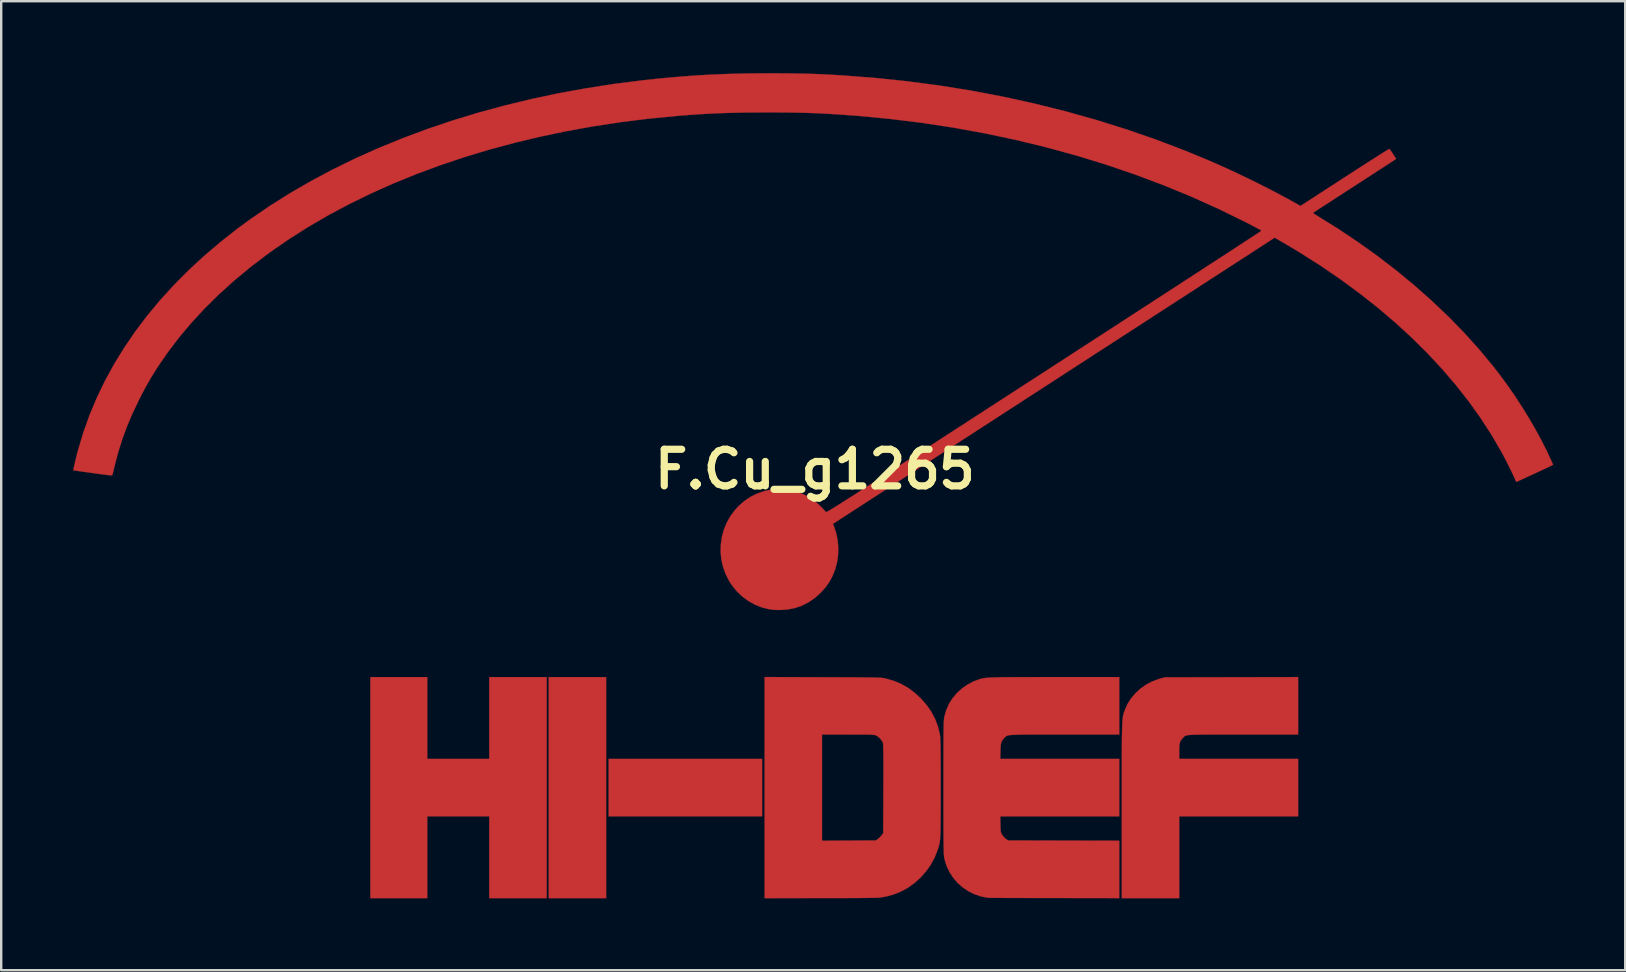
<source format=kicad_pcb>
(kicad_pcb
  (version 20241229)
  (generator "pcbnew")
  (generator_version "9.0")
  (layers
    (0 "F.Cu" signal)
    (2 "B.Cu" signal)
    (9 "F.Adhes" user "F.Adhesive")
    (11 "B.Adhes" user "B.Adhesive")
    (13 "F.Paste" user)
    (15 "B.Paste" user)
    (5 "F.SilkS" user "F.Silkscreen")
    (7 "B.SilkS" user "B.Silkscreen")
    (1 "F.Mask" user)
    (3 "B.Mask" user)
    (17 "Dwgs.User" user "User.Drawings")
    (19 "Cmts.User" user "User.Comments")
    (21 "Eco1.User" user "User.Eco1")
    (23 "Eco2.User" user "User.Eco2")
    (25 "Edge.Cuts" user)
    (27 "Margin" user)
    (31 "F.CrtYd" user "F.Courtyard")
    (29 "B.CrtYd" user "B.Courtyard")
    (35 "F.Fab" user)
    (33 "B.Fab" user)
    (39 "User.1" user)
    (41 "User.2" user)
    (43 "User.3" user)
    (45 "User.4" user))
  (footprint "F.Cu_g1265"
    (layer "F.Cu")
    (at 30.901 16.502)
    (property "Reference" "F.Cu_g1265" (at 0 0 0) (layer "F.SilkS") (effects (font (size 1.524 1.524) (thickness 0.3))))
    (attr through_hole)
    (fp_poly (pts (xy -8.7 17.865) (xy -11.091 17.865) (xy -11.091 8.657) (xy -8.7 8.657) (xy -8.7 17.865)) (stroke (width 0.01) (type solid)) (fill yes) (layer "F.Cu"))
    (fp_poly (pts (xy -2.201 14.457) (xy -8.594 14.457) (xy -8.594 12.065) (xy -2.201 12.065) (xy -2.201 14.457)) (stroke (width 0.01) (type solid)) (fill yes) (layer "F.Cu"))
    (fp_poly (pts (xy -16.15 12.065) (xy -13.568 12.065) (xy -13.568 8.657) (xy -11.176 8.657) (xy -11.176 17.865) (xy -13.568 17.865) (xy -13.568 14.457) (xy -16.15 14.457) (xy -16.15 17.865) (xy -18.521 17.865) (xy -18.521 8.657) (xy -16.15 8.657) (xy -16.15 12.065)) (stroke (width 0.01) (type solid)) (fill yes) (layer "F.Cu"))
    (fp_poly (pts (xy 20.13 11.049) (xy 17.841 11.049) (xy 17.474 11.049) (xy 17.147 11.049) (xy 16.857 11.049) (xy 16.603 11.049) (xy 16.381 11.05) (xy 16.189 11.051) (xy 16.025 11.053) (xy 15.886 11.055) (xy 15.771 11.059) (xy 15.676 11.064) (xy 15.599 11.07) (xy 15.537 11.077) (xy 15.489 11.086) (xy 15.452 11.096) (xy 15.424 11.108) (xy 15.401 11.122) (xy 15.382 11.139) (xy 15.364 11.157) (xy 15.345 11.178) (xy 15.33 11.194) (xy 15.275 11.254) (xy 15.235 11.313) (xy 15.207 11.381) (xy 15.19 11.464) (xy 15.18 11.571) (xy 15.177 11.71) (xy 15.177 11.753) (xy 15.177 12.065) (xy 20.13 12.065) (xy 20.13 14.457) (xy 15.177 14.457) (xy 15.177 17.865) (xy 12.785 17.865) (xy 12.785 14.24) (xy 12.785 13.766) (xy 12.785 13.333) (xy 12.785 12.937) (xy 12.785 12.579) (xy 12.786 12.255) (xy 12.786 11.963) (xy 12.787 11.702) (xy 12.789 11.469) (xy 12.79 11.264) (xy 12.793 11.082) (xy 12.796 10.924) (xy 12.799 10.786) (xy 12.803 10.667) (xy 12.808 10.565) (xy 12.814 10.477) (xy 12.82 10.403) (xy 12.828 10.339) (xy 12.836 10.285) (xy 12.845 10.237) (xy 12.856 10.194) (xy 12.867 10.155) (xy 12.88 10.116) (xy 12.894 10.077) (xy 12.91 10.035) (xy 12.911 10.03) (xy 13.025 9.777) (xy 13.175 9.541) (xy 13.357 9.326) (xy 13.568 9.134) (xy 13.803 8.969) (xy 14.059 8.835) (xy 14.332 8.735) (xy 14.364 8.726) (xy 14.573 8.668) (xy 20.13 8.656) (xy 20.13 11.049)) (stroke (width 0.01) (type solid)) (fill yes) (layer "F.Cu"))
    (fp_poly (pts (xy 0.323 8.663) (xy 0.694 8.664) (xy 1.025 8.665) (xy 1.319 8.666) (xy 1.578 8.667) (xy 1.805 8.668) (xy 2.002 8.669) (xy 2.171 8.671) (xy 2.316 8.673) (xy 2.438 8.675) (xy 2.54 8.677) (xy 2.624 8.68) (xy 2.693 8.683) (xy 2.75 8.686) (xy 2.797 8.691) (xy 2.836 8.695) (xy 2.87 8.701) (xy 2.902 8.707) (xy 2.933 8.714) (xy 2.947 8.717) (xy 3.274 8.809) (xy 3.577 8.934) (xy 3.862 9.093) (xy 4.131 9.289) (xy 4.389 9.524) (xy 4.435 9.571) (xy 4.664 9.834) (xy 4.852 10.107) (xy 5.004 10.395) (xy 5.12 10.702) (xy 5.2 11.017) (xy 5.207 11.051) (xy 5.212 11.088) (xy 5.217 11.13) (xy 5.222 11.179) (xy 5.225 11.24) (xy 5.228 11.313) (xy 5.231 11.403) (xy 5.233 11.512) (xy 5.235 11.642) (xy 5.236 11.796) (xy 5.237 11.977) (xy 5.238 12.187) (xy 5.238 12.43) (xy 5.239 12.708) (xy 5.239 13.024) (xy 5.239 13.271) (xy 5.239 13.624) (xy 5.239 13.936) (xy 5.238 14.212) (xy 5.238 14.454) (xy 5.237 14.665) (xy 5.235 14.847) (xy 5.232 15.004) (xy 5.229 15.139) (xy 5.225 15.253) (xy 5.219 15.35) (xy 5.212 15.433) (xy 5.204 15.505) (xy 5.194 15.568) (xy 5.182 15.625) (xy 5.168 15.679) (xy 5.152 15.733) (xy 5.135 15.789) (xy 5.114 15.851) (xy 5.11 15.864) (xy 4.988 16.172) (xy 4.828 16.467) (xy 4.634 16.744) (xy 4.408 16.999) (xy 4.156 17.229) (xy 3.879 17.428) (xy 3.808 17.472) (xy 3.546 17.607) (xy 3.26 17.717) (xy 2.964 17.798) (xy 2.699 17.843) (xy 2.645 17.846) (xy 2.551 17.85) (xy 2.418 17.853) (xy 2.248 17.855) (xy 2.042 17.858) (xy 1.803 17.86) (xy 1.531 17.861) (xy 1.229 17.863) (xy 0.897 17.864) (xy 0.539 17.864) (xy 0.206 17.864) (xy -2.095 17.865) (xy -2.095 15.474) (xy 0.296 15.474) (xy 1.416 15.468) (xy 2.536 15.462) (xy 2.628 15.398) (xy 2.697 15.339) (xy 2.764 15.268) (xy 2.783 15.243) (xy 2.847 15.152) (xy 2.853 13.317) (xy 2.854 12.959) (xy 2.855 12.642) (xy 2.855 12.365) (xy 2.854 12.125) (xy 2.853 11.923) (xy 2.851 11.755) (xy 2.849 11.621) (xy 2.846 11.52) (xy 2.842 11.45) (xy 2.838 11.409) (xy 2.836 11.401) (xy 2.798 11.322) (xy 2.733 11.236) (xy 2.654 11.158) (xy 2.571 11.099) (xy 2.551 11.089) (xy 2.529 11.08) (xy 2.504 11.073) (xy 2.471 11.067) (xy 2.426 11.062) (xy 2.366 11.058) (xy 2.288 11.055) (xy 2.187 11.053) (xy 2.061 11.051) (xy 1.904 11.05) (xy 1.714 11.05) (xy 1.487 11.05) (xy 1.381 11.049) (xy 0.296 11.049) (xy 0.296 15.474) (xy -2.095 15.474) (xy -2.095 8.655) (xy 0.323 8.663)) (stroke (width 0.01) (type solid)) (fill yes) (layer "F.Cu"))
    (fp_poly (pts (xy 12.679 11.049) (xy 10.403 11.049) (xy 10.036 11.049) (xy 9.709 11.049) (xy 9.42 11.049) (xy 9.165 11.049) (xy 8.944 11.05) (xy 8.752 11.051) (xy 8.588 11.053) (xy 8.45 11.056) (xy 8.335 11.059) (xy 8.24 11.064) (xy 8.163 11.07) (xy 8.102 11.077) (xy 8.054 11.085) (xy 8.017 11.095) (xy 7.988 11.107) (xy 7.965 11.12) (xy 7.946 11.136) (xy 7.928 11.153) (xy 7.908 11.173) (xy 7.899 11.182) (xy 7.841 11.242) (xy 7.799 11.299) (xy 7.77 11.363) (xy 7.75 11.441) (xy 7.738 11.542) (xy 7.731 11.673) (xy 7.73 11.742) (xy 7.722 12.065) (xy 12.679 12.065) (xy 12.679 14.457) (xy 7.722 14.457) (xy 7.729 14.792) (xy 7.732 14.918) (xy 7.736 15.01) (xy 7.741 15.076) (xy 7.749 15.124) (xy 7.762 15.162) (xy 7.781 15.198) (xy 7.8 15.23) (xy 7.855 15.303) (xy 7.923 15.372) (xy 7.956 15.398) (xy 8.047 15.462) (xy 10.363 15.468) (xy 12.679 15.473) (xy 12.679 17.865) (xy 9.975 17.861) (xy 9.639 17.861) (xy 9.314 17.86) (xy 9.003 17.86) (xy 8.708 17.859) (xy 8.431 17.858) (xy 8.176 17.857) (xy 7.945 17.857) (xy 7.741 17.856) (xy 7.566 17.855) (xy 7.422 17.854) (xy 7.313 17.853) (xy 7.241 17.852) (xy 7.208 17.85) (xy 7.207 17.85) (xy 6.919 17.794) (xy 6.645 17.701) (xy 6.389 17.574) (xy 6.154 17.415) (xy 5.943 17.228) (xy 5.76 17.015) (xy 5.606 16.779) (xy 5.485 16.522) (xy 5.401 16.249) (xy 5.385 16.175) (xy 5.381 16.146) (xy 5.377 16.106) (xy 5.373 16.054) (xy 5.37 15.987) (xy 5.367 15.903) (xy 5.365 15.799) (xy 5.363 15.675) (xy 5.361 15.527) (xy 5.359 15.354) (xy 5.358 15.153) (xy 5.357 14.922) (xy 5.356 14.66) (xy 5.356 14.364) (xy 5.356 14.031) (xy 5.355 13.661) (xy 5.355 13.254) (xy 5.356 12.854) (xy 5.356 12.494) (xy 5.356 12.172) (xy 5.356 11.885) (xy 5.357 11.632) (xy 5.357 11.409) (xy 5.358 11.215) (xy 5.359 11.048) (xy 5.361 10.904) (xy 5.363 10.782) (xy 5.365 10.68) (xy 5.367 10.595) (xy 5.37 10.524) (xy 5.373 10.467) (xy 5.377 10.419) (xy 5.381 10.38) (xy 5.386 10.346) (xy 5.391 10.316) (xy 5.395 10.297) (xy 5.472 10.028) (xy 5.586 9.774) (xy 5.736 9.537) (xy 5.917 9.321) (xy 6.127 9.13) (xy 6.363 8.966) (xy 6.622 8.832) (xy 6.784 8.77) (xy 6.83 8.754) (xy 6.875 8.74) (xy 6.919 8.727) (xy 6.965 8.715) (xy 7.017 8.705) (xy 7.075 8.697) (xy 7.143 8.689) (xy 7.222 8.682) (xy 7.315 8.677) (xy 7.425 8.672) (xy 7.553 8.668) (xy 7.703 8.665) (xy 7.875 8.663) (xy 8.073 8.661) (xy 8.299 8.659) (xy 8.556 8.658) (xy 8.845 8.658) (xy 9.169 8.657) (xy 9.53 8.657) (xy 9.931 8.657) (xy 10.007 8.657) (xy 12.679 8.657) (xy 12.679 11.049)) (stroke (width 0.01) (type solid)) (fill yes) (layer "F.Cu"))
    (fp_poly (pts (xy -1.482 -16.496) (xy -1.137 -16.494) (xy -0.819 -16.49) (xy -0.52 -16.485) (xy -0.234 -16.478) (xy 0.047 -16.468) (xy 0.331 -16.456) (xy 0.624 -16.441) (xy 0.936 -16.423) (xy 1.101 -16.413) (xy 2.466 -16.31) (xy 3.824 -16.169) (xy 5.173 -15.991) (xy 6.512 -15.776) (xy 7.838 -15.524) (xy 9.15 -15.236) (xy 10.447 -14.913) (xy 11.726 -14.554) (xy 12.985 -14.16) (xy 14.224 -13.731) (xy 15.439 -13.268) (xy 16.403 -12.87) (xy 16.792 -12.7) (xy 17.202 -12.515) (xy 17.624 -12.318) (xy 18.051 -12.114) (xy 18.474 -11.906) (xy 18.885 -11.698) (xy 19.276 -11.495) (xy 19.64 -11.3) (xy 19.815 -11.204) (xy 20.23 -10.972) (xy 22.069 -12.164) (xy 22.322 -12.328) (xy 22.564 -12.484) (xy 22.795 -12.633) (xy 23.011 -12.772) (xy 23.21 -12.899) (xy 23.39 -13.014) (xy 23.547 -13.114) (xy 23.681 -13.199) (xy 23.789 -13.266) (xy 23.867 -13.314) (xy 23.915 -13.342) (xy 23.928 -13.349) (xy 23.948 -13.33) (xy 23.984 -13.282) (xy 24.032 -13.213) (xy 24.082 -13.137) (xy 24.215 -12.932) (xy 23.913 -12.735) (xy 23.847 -12.692) (xy 23.748 -12.628) (xy 23.621 -12.546) (xy 23.469 -12.447) (xy 23.295 -12.334) (xy 23.103 -12.21) (xy 22.897 -12.076) (xy 22.679 -11.935) (xy 22.453 -11.789) (xy 22.223 -11.641) (xy 22.193 -11.621) (xy 21.972 -11.478) (xy 21.76 -11.341) (xy 21.562 -11.212) (xy 21.379 -11.094) (xy 21.214 -10.987) (xy 21.071 -10.894) (xy 20.951 -10.816) (xy 20.857 -10.755) (xy 20.793 -10.713) (xy 20.761 -10.691) (xy 20.757 -10.689) (xy 20.767 -10.672) (xy 20.806 -10.64) (xy 20.869 -10.597) (xy 20.927 -10.561) (xy 21.794 -10.022) (xy 22.636 -9.459) (xy 23.451 -8.875) (xy 24.237 -8.27) (xy 24.992 -7.646) (xy 25.715 -7.005) (xy 26.405 -6.348) (xy 27.059 -5.676) (xy 27.675 -4.992) (xy 28.253 -4.295) (xy 28.515 -3.958) (xy 28.835 -3.524) (xy 29.15 -3.071) (xy 29.455 -2.604) (xy 29.747 -2.131) (xy 30.021 -1.659) (xy 30.274 -1.193) (xy 30.502 -0.741) (xy 30.685 -0.344) (xy 30.753 -0.19) (xy 30.668 -0.147) (xy 30.617 -0.122) (xy 30.538 -0.084) (xy 30.435 -0.035) (xy 30.315 0.022) (xy 30.181 0.084) (xy 30.039 0.15) (xy 29.894 0.218) (xy 29.75 0.284) (xy 29.615 0.347) (xy 29.491 0.403) (xy 29.385 0.452) (xy 29.301 0.49) (xy 29.245 0.515) (xy 29.221 0.524) (xy 29.22 0.524) (xy 29.21 0.504) (xy 29.187 0.453) (xy 29.155 0.382) (xy 29.136 0.339) (xy 29.077 0.21) (xy 29.002 0.054) (xy 28.918 -0.117) (xy 28.829 -0.294) (xy 28.741 -0.466) (xy 28.658 -0.622) (xy 28.611 -0.709) (xy 28.192 -1.429) (xy 27.733 -2.138) (xy 27.234 -2.836) (xy 26.696 -3.521) (xy 26.119 -4.193) (xy 25.504 -4.852) (xy 24.852 -5.497) (xy 24.164 -6.127) (xy 23.439 -6.742) (xy 22.68 -7.341) (xy 21.885 -7.924) (xy 21.057 -8.489) (xy 20.195 -9.037) (xy 19.478 -9.464) (xy 19.154 -9.651) (xy 9.952 -3.69) (xy 0.749 2.272) (xy 0.8 2.398) (xy 0.89 2.674) (xy 0.947 2.968) (xy 0.972 3.272) (xy 0.964 3.578) (xy 0.922 3.876) (xy 0.847 4.157) (xy 0.737 4.437) (xy 0.603 4.688) (xy 0.44 4.919) (xy 0.242 5.14) (xy 0.235 5.146) (xy -0.009 5.364) (xy -0.269 5.542) (xy -0.544 5.681) (xy -0.834 5.78) (xy -1.14 5.84) (xy -1.463 5.861) (xy -1.5 5.861) (xy -1.618 5.858) (xy -1.739 5.85) (xy -1.846 5.839) (xy -1.901 5.831) (xy -2.207 5.755) (xy -2.498 5.64) (xy -2.771 5.488) (xy -3.024 5.302) (xy -3.252 5.084) (xy -3.454 4.836) (xy -3.579 4.643) (xy -3.725 4.354) (xy -3.831 4.055) (xy -3.899 3.747) (xy -3.929 3.436) (xy -3.92 3.125) (xy -3.875 2.817) (xy -3.793 2.516) (xy -3.674 2.226) (xy -3.519 1.951) (xy -3.329 1.694) (xy -3.182 1.533) (xy -2.943 1.323) (xy -2.68 1.147) (xy -2.398 1.008) (xy -2.1 0.907) (xy -1.885 0.86) (xy -1.569 0.827) (xy -1.255 0.835) (xy -0.945 0.884) (xy -0.642 0.974) (xy -0.351 1.102) (xy -0.104 1.249) (xy -0.039 1.299) (xy 0.044 1.368) (xy 0.135 1.45) (xy 0.229 1.538) (xy 0.316 1.623) (xy 0.388 1.699) (xy 0.438 1.758) (xy 0.449 1.773) (xy 0.452 1.777) (xy 0.455 1.779) (xy 0.461 1.78) (xy 0.469 1.779) (xy 0.481 1.776) (xy 0.497 1.769) (xy 0.519 1.759) (xy 0.547 1.744) (xy 0.583 1.724) (xy 0.627 1.698) (xy 0.68 1.667) (xy 0.743 1.629) (xy 0.817 1.583) (xy 0.903 1.53) (xy 1.002 1.468) (xy 1.114 1.397) (xy 1.241 1.316) (xy 1.384 1.226) (xy 1.543 1.124) (xy 1.719 1.011) (xy 1.914 0.886) (xy 2.128 0.749) (xy 2.362 0.598) (xy 2.616 0.434) (xy 2.893 0.255) (xy 3.193 0.062) (xy 3.516 -0.147) (xy 3.864 -0.372) (xy 4.237 -0.613) (xy 4.637 -0.872) (xy 5.065 -1.149) (xy 5.52 -1.444) (xy 6.005 -1.758) (xy 6.52 -2.091) (xy 7.066 -2.445) (xy 7.644 -2.819) (xy 8.254 -3.214) (xy 8.899 -3.632) (xy 9.545 -4.05) (xy 10.111 -4.417) (xy 10.667 -4.778) (xy 11.214 -5.132) (xy 11.75 -5.48) (xy 12.274 -5.819) (xy 12.784 -6.15) (xy 13.28 -6.472) (xy 13.761 -6.784) (xy 14.226 -7.086) (xy 14.673 -7.376) (xy 15.102 -7.655) (xy 15.511 -7.92) (xy 15.9 -8.173) (xy 16.267 -8.412) (xy 16.612 -8.636) (xy 16.933 -8.845) (xy 17.229 -9.037) (xy 17.499 -9.213) (xy 17.743 -9.372) (xy 17.958 -9.513) (xy 18.145 -9.635) (xy 18.302 -9.737) (xy 18.427 -9.82) (xy 18.52 -9.881) (xy 18.581 -9.922) (xy 18.607 -9.94) (xy 18.608 -9.941) (xy 18.589 -9.954) (xy 18.537 -9.985) (xy 18.456 -10.029) (xy 18.35 -10.086) (xy 18.224 -10.153) (xy 18.081 -10.227) (xy 17.955 -10.292) (xy 16.837 -10.84) (xy 15.694 -11.355) (xy 14.526 -11.836) (xy 13.335 -12.283) (xy 12.123 -12.696) (xy 10.889 -13.074) (xy 9.636 -13.417) (xy 8.364 -13.725) (xy 7.075 -13.998) (xy 5.769 -14.235) (xy 4.447 -14.436) (xy 3.111 -14.6) (xy 1.763 -14.728) (xy 0.995 -14.784) (xy 0.697 -14.802) (xy 0.418 -14.818) (xy 0.15 -14.832) (xy -0.113 -14.843) (xy -0.377 -14.851) (xy -0.651 -14.858) (xy -0.939 -14.863) (xy -1.249 -14.866) (xy -1.587 -14.868) (xy -1.961 -14.868) (xy -1.99 -14.868) (xy -2.468 -14.867) (xy -2.912 -14.863) (xy -3.329 -14.855) (xy -3.725 -14.845) (xy -4.109 -14.83) (xy -4.488 -14.812) (xy -4.869 -14.789) (xy -5.26 -14.762) (xy -5.669 -14.73) (xy -5.779 -14.72) (xy -6.945 -14.606) (xy -8.095 -14.463) (xy -9.229 -14.29) (xy -10.346 -14.089) (xy -11.443 -13.859) (xy -12.521 -13.601) (xy -13.577 -13.316) (xy -14.61 -13.004) (xy -15.619 -12.665) (xy -16.604 -12.3) (xy -17.562 -11.91) (xy -18.493 -11.494) (xy -19.396 -11.053) (xy -20.268 -10.588) (xy -21.11 -10.098) (xy -21.919 -9.585) (xy -22.695 -9.049) (xy -23.436 -8.491) (xy -23.548 -8.402) (xy -24.211 -7.85) (xy -24.838 -7.282) (xy -25.427 -6.7) (xy -25.978 -6.104) (xy -26.491 -5.495) (xy -26.963 -4.873) (xy -27.338 -4.329) (xy -27.511 -4.059) (xy -27.668 -3.804) (xy -27.815 -3.551) (xy -27.959 -3.288) (xy -28.107 -3.003) (xy -28.18 -2.857) (xy -28.439 -2.313) (xy -28.663 -1.78) (xy -28.857 -1.252) (xy -29.024 -0.719) (xy -29.147 -0.254) (xy -29.18 -0.12) (xy -29.21 0.002) (xy -29.236 0.105) (xy -29.256 0.182) (xy -29.268 0.227) (xy -29.271 0.235) (xy -29.278 0.243) (xy -29.294 0.248) (xy -29.323 0.25) (xy -29.369 0.248) (xy -29.436 0.242) (xy -29.528 0.231) (xy -29.648 0.216) (xy -29.8 0.196) (xy -29.989 0.17) (xy -30.088 0.156) (xy -30.268 0.131) (xy -30.433 0.108) (xy -30.58 0.087) (xy -30.704 0.07) (xy -30.801 0.056) (xy -30.866 0.047) (xy -30.895 0.043) (xy -30.896 0.043) (xy -30.894 0.023) (xy -30.884 -0.032) (xy -30.866 -0.114) (xy -30.843 -0.217) (xy -30.816 -0.334) (xy -30.786 -0.458) (xy -30.755 -0.584) (xy -30.724 -0.703) (xy -30.703 -0.785) (xy -30.482 -1.526) (xy -30.22 -2.258) (xy -29.918 -2.978) (xy -29.576 -3.687) (xy -29.195 -4.384) (xy -28.774 -5.069) (xy -28.315 -5.741) (xy -27.817 -6.399) (xy -27.282 -7.042) (xy -26.709 -7.671) (xy -26.1 -8.285) (xy -25.454 -8.883) (xy -24.772 -9.464) (xy -24.054 -10.028) (xy -23.537 -10.407) (xy -22.721 -10.966) (xy -21.872 -11.501) (xy -20.989 -12.011) (xy -20.076 -12.497) (xy -19.133 -12.957) (xy -18.161 -13.391) (xy -17.162 -13.799) (xy -16.137 -14.18) (xy -15.088 -14.534) (xy -14.015 -14.86) (xy -12.921 -15.157) (xy -11.806 -15.427) (xy -10.672 -15.667) (xy -9.52 -15.877) (xy -8.351 -16.058) (xy -7.168 -16.208) (xy -6.53 -16.276) (xy -5.964 -16.329) (xy -5.421 -16.374) (xy -4.891 -16.411) (xy -4.367 -16.441) (xy -3.838 -16.464) (xy -3.298 -16.481) (xy -2.737 -16.491) (xy -2.146 -16.496) (xy -1.863 -16.497) (xy -1.482 -16.496)) (stroke (width 0.01) (type solid)) (fill yes) (layer "F.Cu")))
  (gr_rect
    (start -3 -3)
    (end 64.659 37.371)
    (stroke (width 0.1) (type default))
    (fill no)
    (layer "Edge.Cuts")))
</source>
